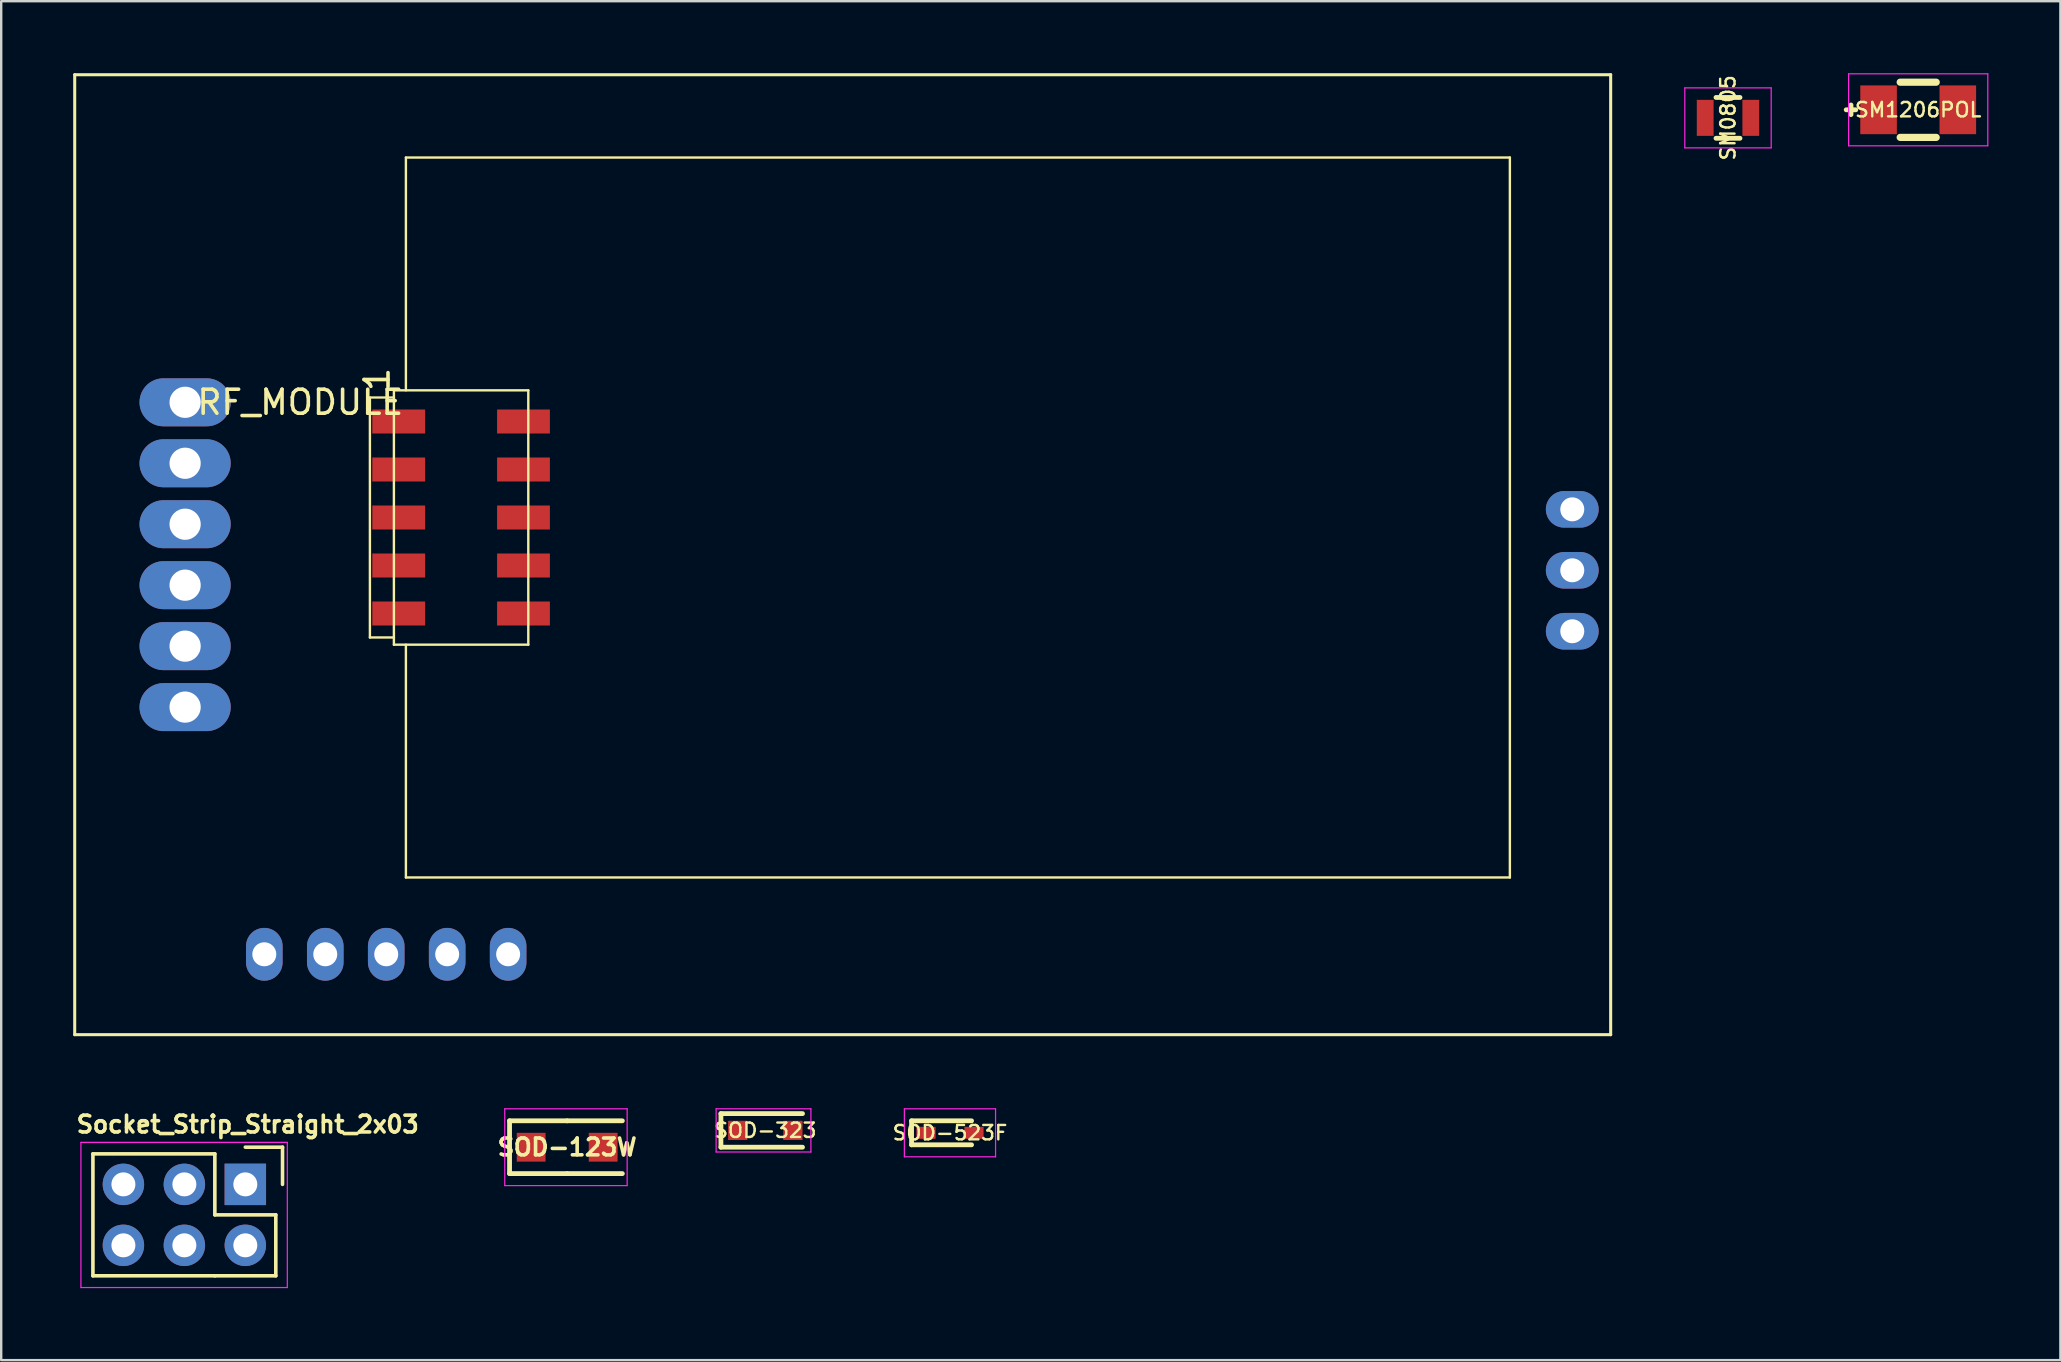
<source format=kicad_pcb>
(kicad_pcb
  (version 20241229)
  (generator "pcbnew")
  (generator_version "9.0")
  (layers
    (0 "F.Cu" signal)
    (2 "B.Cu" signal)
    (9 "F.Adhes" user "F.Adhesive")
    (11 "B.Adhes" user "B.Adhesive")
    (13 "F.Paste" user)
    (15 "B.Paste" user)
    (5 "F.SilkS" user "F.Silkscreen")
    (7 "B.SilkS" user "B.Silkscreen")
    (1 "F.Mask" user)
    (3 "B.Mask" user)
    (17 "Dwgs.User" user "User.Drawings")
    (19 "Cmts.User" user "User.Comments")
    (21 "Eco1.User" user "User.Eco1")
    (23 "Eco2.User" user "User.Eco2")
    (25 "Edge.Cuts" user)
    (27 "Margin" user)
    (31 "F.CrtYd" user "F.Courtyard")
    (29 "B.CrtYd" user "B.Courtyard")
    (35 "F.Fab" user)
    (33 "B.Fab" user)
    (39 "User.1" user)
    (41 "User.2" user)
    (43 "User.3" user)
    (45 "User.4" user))
  (footprint "SOD-323"
    (layer "F.Cu")
    (at 28.839 44.052)
    (property "Reference" "SOD-323" (at 0 0 0) (layer "F.SilkS") (effects (font (size 0.6 0.6) (thickness 0.1))))
    (attr smd)
    (fp_line (start -1.85 -0.7) (end -1.85 0.7) (stroke (width 0.2) (type solid)) (layer "F.SilkS"))
    (fp_line (start -1.85 -0.7) (end 1.55 -0.7) (stroke (width 0.2) (type solid)) (layer "F.SilkS"))
    (fp_line (start -1.85 0.7) (end 1.55 0.7) (stroke (width 0.2) (type solid)) (layer "F.SilkS"))
    (fp_line (start -2.05 -0.9) (end -2.05 0.9) (stroke (width 0.05) (type solid)) (layer "F.CrtYd"))
    (fp_line (start -2.05 -0.9) (end 1.9 -0.9) (stroke (width 0.05) (type solid)) (layer "F.CrtYd"))
    (fp_line (start -2.05 0.9) (end 1.9 0.9) (stroke (width 0.05) (type solid)) (layer "F.CrtYd"))
    (fp_line (start 1.9 -0.9) (end 1.9 0.9) (stroke (width 0.05) (type solid)) (layer "F.CrtYd"))
    (pad "1" smd rect (at -1.15 0) (size 0.8 0.8) (layers "F.Cu" "F.Mask"))
    (pad "2" smd rect (at 1.15 0) (size 0.8 0.8) (layers "F.Cu" "F.Mask")))
  (footprint "SM0805"
    (layer "F.Cu")
    (at 68.952 1.861)
    (property "Reference" "SM0805" (at 0 0 270) (layer "F.SilkS") (effects (font (size 0.6 0.6) (thickness 0.1))))
    (attr smd)
    (fp_line (start -0.5 -0.85) (end 0.5 -0.85) (stroke (width 0.2) (type solid)) (layer "F.SilkS"))
    (fp_line (start -0.5 0.85) (end 0.5 0.85) (stroke (width 0.2) (type solid)) (layer "F.SilkS"))
    (fp_line (start -1.8 -1.25) (end -1.8 1.25) (stroke (width 0.05) (type solid)) (layer "F.CrtYd"))
    (fp_line (start -1.8 -1.25) (end 1.8 -1.25) (stroke (width 0.05) (type solid)) (layer "F.CrtYd"))
    (fp_line (start -1.8 1.25) (end 1.8 1.25) (stroke (width 0.05) (type solid)) (layer "F.CrtYd"))
    (fp_line (start 1.8 -1.25) (end 1.8 1.25) (stroke (width 0.05) (type solid)) (layer "F.CrtYd"))
    (pad "1" smd rect (at -0.95 0) (size 0.7 1.5) (layers "F.Cu" "F.Mask"))
    (pad "2" smd rect (at 0.95 0) (size 0.7 1.5) (layers "F.Cu" "F.Mask")))
  (footprint "SOD-523F"
    (layer "F.Cu")
    (at 36.533 44.152)
    (property "Reference" "SOD-523F" (at 0 0 0) (layer "F.SilkS") (effects (font (size 0.6 0.6) (thickness 0.1))))
    (attr smd)
    (fp_line (start -1.6 -0.5) (end -1.6 0.5) (stroke (width 0.2) (type solid)) (layer "F.SilkS"))
    (fp_line (start -1.6 -0.5) (end 0.9 -0.5) (stroke (width 0.2) (type solid)) (layer "F.SilkS"))
    (fp_line (start -1.6 0.5) (end 0.9 0.5) (stroke (width 0.2) (type solid)) (layer "F.SilkS"))
    (fp_line (start -1.9 -1) (end -1.9 1) (stroke (width 0.05) (type solid)) (layer "F.CrtYd"))
    (fp_line (start -1.9 -1) (end 1.9 -1) (stroke (width 0.05) (type solid)) (layer "F.CrtYd"))
    (fp_line (start -1.9 1) (end 1.9 1) (stroke (width 0.05) (type solid)) (layer "F.CrtYd"))
    (fp_line (start 1.9 -1) (end 1.9 1) (stroke (width 0.05) (type solid)) (layer "F.CrtYd"))
    (pad "1" smd rect (at -1 0) (size 0.8 0.5) (layers "F.Cu" "F.Mask"))
    (pad "2" smd rect (at 1 0) (size 0.8 0.5) (layers "F.Cu" "F.Mask")))
  (footprint "SOD-123W"
    (layer "F.Cu")
    (at 20.582 44.752)
    (property "Reference" "SOD-123W" (at 0 0 0) (layer "F.SilkS") (effects (font (size 0.7 0.7) (thickness 0.15))))
    (attr smd)
    (fp_line (start -2.4 -1.1) (end -2.4 1.1) (stroke (width 0.2) (type solid)) (layer "F.SilkS"))
    (fp_line (start -2.4 -1.1) (end 0 -1.1) (stroke (width 0.2) (type solid)) (layer "F.SilkS"))
    (fp_line (start -2.4 1.1) (end 0 1.1) (stroke (width 0.2) (type solid)) (layer "F.SilkS"))
    (fp_line (start 0 -1.1) (end 2.3 -1.1) (stroke (width 0.2) (type solid)) (layer "F.SilkS"))
    (fp_line (start 0 1.1) (end 2.3 1.1) (stroke (width 0.2) (type solid)) (layer "F.SilkS"))
    (fp_line (start -2.6 -1.6) (end -2.6 1.6) (stroke (width 0.05) (type solid)) (layer "F.CrtYd"))
    (fp_line (start -2.6 -1.6) (end 2.5 -1.6) (stroke (width 0.05) (type solid)) (layer "F.CrtYd"))
    (fp_line (start -2.6 1.6) (end 2.5 1.6) (stroke (width 0.05) (type solid)) (layer "F.CrtYd"))
    (fp_line (start 2.5 -1.6) (end 2.5 1.6) (stroke (width 0.05) (type solid)) (layer "F.CrtYd"))
    (pad "1" smd rect (at -1.5 0) (size 1.2 1.2) (layers "F.Cu" "F.Mask"))
    (pad "2" smd rect (at 1.5 0) (size 1.2 1.2) (layers "F.Cu" "F.Mask")))
  (footprint "SM1206POL"
    (layer "F.Cu")
    (at 76.877 1.525)
    (property "Reference" "SM1206POL" (at 0 0 0) (layer "F.SilkS") (effects (font (size 0.6 0.6) (thickness 0.1))))
    (attr smd)
    (fp_line (start -3 0) (end -2.6 0) (stroke (width 0.2) (type solid)) (layer "F.SilkS"))
    (fp_line (start -2.8 -0.2) (end -2.8 0.2) (stroke (width 0.2) (type solid)) (layer "F.SilkS"))
    (fp_line (start -0.75 -1.15) (end 0.75 -1.15) (stroke (width 0.3) (type solid)) (layer "F.SilkS"))
    (fp_line (start -0.75 1.15) (end 0.75 1.15) (stroke (width 0.3) (type solid)) (layer "F.SilkS"))
    (fp_line (start -2.9 -1.5) (end -2.9 1.5) (stroke (width 0.05) (type solid)) (layer "F.CrtYd"))
    (fp_line (start -2.9 -1.5) (end 2.9 -1.5) (stroke (width 0.05) (type solid)) (layer "F.CrtYd"))
    (fp_line (start -2.9 1.5) (end 2.9 1.5) (stroke (width 0.05) (type solid)) (layer "F.CrtYd"))
    (fp_line (start 2.9 1.5) (end 2.9 -1.5) (stroke (width 0.05) (type solid)) (layer "F.CrtYd"))
    (pad "1" smd rect (at -1.651 0) (size 1.524 2.032) (layers "F.Cu" "F.Mask" "F.Paste"))
    (pad "2" smd rect (at 1.651 0) (size 1.524 2.032) (layers "F.Cu" "F.Mask" "F.Paste")))
  (footprint "Socket_Strip_Straight_2x03"
    (layer "F.Cu")
    (at 7.172 46.3)
    (property "Reference" "Socket_Strip_Straight_2x03" (at 0.1 -2.5 0) (layer "F.SilkS") (effects (font (size 0.7 0.7) (thickness 0.15))))
    (attr through_hole)
    (fp_line (start -6.35 -1.27) (end -6.35 3.81) (stroke (width 0.15) (type solid)) (layer "F.SilkS"))
    (fp_line (start -6.35 -1.27) (end -1.27 -1.27) (stroke (width 0.15) (type solid)) (layer "F.SilkS"))
    (fp_line (start -6.35 3.81) (end -1.27 3.81) (stroke (width 0.15) (type solid)) (layer "F.SilkS"))
    (fp_line (start -1.27 1.27) (end -1.27 -1.27) (stroke (width 0.15) (type solid)) (layer "F.SilkS"))
    (fp_line (start -1.27 3.81) (end 1.27 3.81) (stroke (width 0.15) (type solid)) (layer "F.SilkS"))
    (fp_line (start 1.27 1.27) (end -1.27 1.27) (stroke (width 0.15) (type solid)) (layer "F.SilkS"))
    (fp_line (start 1.27 3.81) (end 1.27 1.27) (stroke (width 0.15) (type solid)) (layer "F.SilkS"))
    (fp_line (start 1.55 -1.55) (end 0 -1.55) (stroke (width 0.15) (type solid)) (layer "F.SilkS"))
    (fp_line (start 1.55 -1.55) (end 1.55 0) (stroke (width 0.15) (type solid)) (layer "F.SilkS"))
    (fp_line (start -6.85 -1.75) (end -6.85 4.3) (stroke (width 0.05) (type solid)) (layer "F.CrtYd"))
    (fp_line (start 1.75 -1.75) (end -6.85 -1.75) (stroke (width 0.05) (type solid)) (layer "F.CrtYd"))
    (fp_line (start 1.75 -1.75) (end 1.75 4.3) (stroke (width 0.05) (type solid)) (layer "F.CrtYd"))
    (fp_line (start 1.75 4.3) (end -6.85 4.3) (stroke (width 0.05) (type solid)) (layer "F.CrtYd"))
    (pad "1" thru_hole rect (at 0 0 180) (size 1.727 1.727) (drill 1) (layers "*.Cu" "*.Mask"))
    (pad "2" thru_hole oval (at 0 2.54 180) (size 1.727 1.727) (drill 1) (layers "*.Cu" "*.Mask"))
    (pad "3" thru_hole oval (at -2.54 0 180) (size 1.727 1.727) (drill 1) (layers "*.Cu" "*.Mask"))
    (pad "4" thru_hole oval (at -2.54 2.54 180) (size 1.727 1.727) (drill 1) (layers "*.Cu" "*.Mask"))
    (pad "5" thru_hole oval (at -5.08 0 180) (size 1.727 1.727) (drill 1) (layers "*.Cu" "*.Mask"))
    (pad "6" thru_hole oval (at -5.08 2.54 180) (size 1.727 1.727) (drill 1) (layers "*.Cu" "*.Mask")))
  (footprint "RF_MODULE"
    (layer "F.Cu")
    (at 4.663 13.713)
    (property "Reference" "RF_MODULE" (at 4.8 0 0) (layer "F.SilkS") (effects (font (size 1 1) (thickness 0.15))))
    (attr through_hole)
    (fp_line (start -4.6 -13.65) (end -4.6 26.35) (stroke (width 0.127) (type solid)) (layer "F.SilkS"))
    (fp_line (start -4.6 26.35) (end 59.4 26.35) (stroke (width 0.127) (type solid)) (layer "F.SilkS"))
    (fp_line (start 7.7 -0.2) (end 7.7 9.8) (stroke (width 0.1) (type solid)) (layer "F.SilkS"))
    (fp_line (start 7.7 -0.2) (end 8.7 -0.2) (stroke (width 0.1) (type solid)) (layer "F.SilkS"))
    (fp_line (start 7.7 9.8) (end 8.7 9.8) (stroke (width 0.1) (type solid)) (layer "F.SilkS"))
    (fp_line (start 8.7 -0.5) (end 8.7 10.1) (stroke (width 0.1) (type solid)) (layer "F.SilkS"))
    (fp_line (start 9.2 -10.2) (end 9.2 -0.5) (stroke (width 0.1) (type solid)) (layer "F.SilkS"))
    (fp_line (start 9.2 -10.2) (end 55.2 -10.2) (stroke (width 0.1) (type solid)) (layer "F.SilkS"))
    (fp_line (start 9.2 19.8) (end 9.2 10.1) (stroke (width 0.1) (type solid)) (layer "F.SilkS"))
    (fp_line (start 9.2 19.8) (end 55.2 19.8) (stroke (width 0.1) (type solid)) (layer "F.SilkS"))
    (fp_line (start 14.3 -0.5) (end 8.7 -0.5) (stroke (width 0.1) (type solid)) (layer "F.SilkS"))
    (fp_line (start 14.3 -0.5) (end 14.3 10.1) (stroke (width 0.1) (type solid)) (layer "F.SilkS"))
    (fp_line (start 14.3 10.1) (end 8.7 10.1) (stroke (width 0.1) (type solid)) (layer "F.SilkS"))
    (fp_line (start 55.2 -10.2) (end 55.2 19.8) (stroke (width 0.1) (type solid)) (layer "F.SilkS"))
    (fp_line (start 59.4 -13.65) (end -4.6 -13.65) (stroke (width 0.127) (type solid)) (layer "F.SilkS"))
    (fp_line (start 59.4 26.35) (end 59.4 -13.65) (stroke (width 0.127) (type solid)) (layer "F.SilkS"))
    (fp_circle (center 0 0) (end 0.05 0) (stroke (width 0.1) (type solid)) (fill no) (layer "F.SilkS"))
    (fp_circle (center 3.3 23) (end 3.35 23) (stroke (width 0.1) (type solid)) (fill no) (layer "F.SilkS"))
    (fp_circle (center 57.8 7) (end 57.85 7) (stroke (width 0.1) (type solid)) (fill no) (layer "F.SilkS"))
    (fp_text user "1" (at 8 -0.95 270) (layer "F.SilkS") (effects (font (size 1 1) (thickness 0.15))))
    (pad "D1" smd rect (at 8.9 0.8 270) (size 1 2.2) (layers "F.Cu" "F.Mask"))
    (pad "D2" smd rect (at 14.1 0.8 270) (size 1 2.2) (layers "F.Cu" "F.Mask"))
    (pad "D3" smd rect (at 8.9 2.8 270) (size 1 2.2) (layers "F.Cu" "F.Mask"))
    (pad "D4" smd rect (at 14.1 2.8 270) (size 1 2.2) (layers "F.Cu" "F.Mask"))
    (pad "D5" smd rect (at 8.9 4.8 270) (size 1 2.2) (layers "F.Cu" "F.Mask"))
    (pad "D6" smd rect (at 14.1 4.8 270) (size 1 2.2) (layers "F.Cu" "F.Mask"))
    (pad "D7" smd rect (at 8.9 6.8 270) (size 1 2.2) (layers "F.Cu" "F.Mask"))
    (pad "D8" smd rect (at 14.1 6.8 270) (size 1 2.2) (layers "F.Cu" "F.Mask"))
    (pad "D9" smd rect (at 8.9 8.8 270) (size 1 2.2) (layers "F.Cu" "F.Mask"))
    (pad "D10" smd rect (at 14.1 8.8 270) (size 1 2.2) (layers "F.Cu" "F.Mask"))
    (pad "J1" thru_hole oval (at 3.3 23) (size 1.524 2.2) (drill 1) (layers "*.Cu" "*.Mask"))
    (pad "J2" thru_hole oval (at 5.84 23) (size 1.524 2.2) (drill 1) (layers "*.Cu" "*.Mask"))
    (pad "J3" thru_hole oval (at 8.38 23) (size 1.524 2.2) (drill 1) (layers "*.Cu" "*.Mask"))
    (pad "J4" thru_hole oval (at 10.92 23) (size 1.524 2.2) (drill 1) (layers "*.Cu" "*.Mask"))
    (pad "J5" thru_hole oval (at 13.46 23) (size 1.524 2.2) (drill 1) (layers "*.Cu" "*.Mask"))
    (pad "M1" thru_hole oval (at 0 0) (size 3.8 2) (drill 1.3) (layers "*.Cu" "*.Mask"))
    (pad "M2" thru_hole oval (at 0 2.54) (size 3.8 2) (drill 1.3) (layers "*.Cu" "*.Mask"))
    (pad "M3" thru_hole oval (at 0 5.08) (size 3.8 2) (drill 1.3) (layers "*.Cu" "*.Mask"))
    (pad "M4" thru_hole oval (at 0 7.62) (size 3.8 2) (drill 1.3) (layers "*.Cu" "*.Mask"))
    (pad "M5" thru_hole oval (at 0 10.16) (size 3.8 2) (drill 1.3) (layers "*.Cu" "*.Mask"))
    (pad "M6" thru_hole oval (at 0 12.7) (size 3.8 2) (drill 1.3) (layers "*.Cu" "*.Mask"))
    (pad "S1" thru_hole oval (at 57.8 4.46) (size 2.2 1.524) (drill 1) (layers "*.Cu" "*.Mask"))
    (pad "S2" thru_hole oval (at 57.8 7) (size 2.2 1.524) (drill 1) (layers "*.Cu" "*.Mask"))
    (pad "S3" thru_hole oval (at 57.8 9.54) (size 2.2 1.524) (drill 1) (layers "*.Cu" "*.Mask")))
  (gr_rect
    (start -3 -3)
    (end 82.802 53.625)
    (stroke (width 0.1) (type default))
    (fill no)
    (layer "Edge.Cuts")))
</source>
